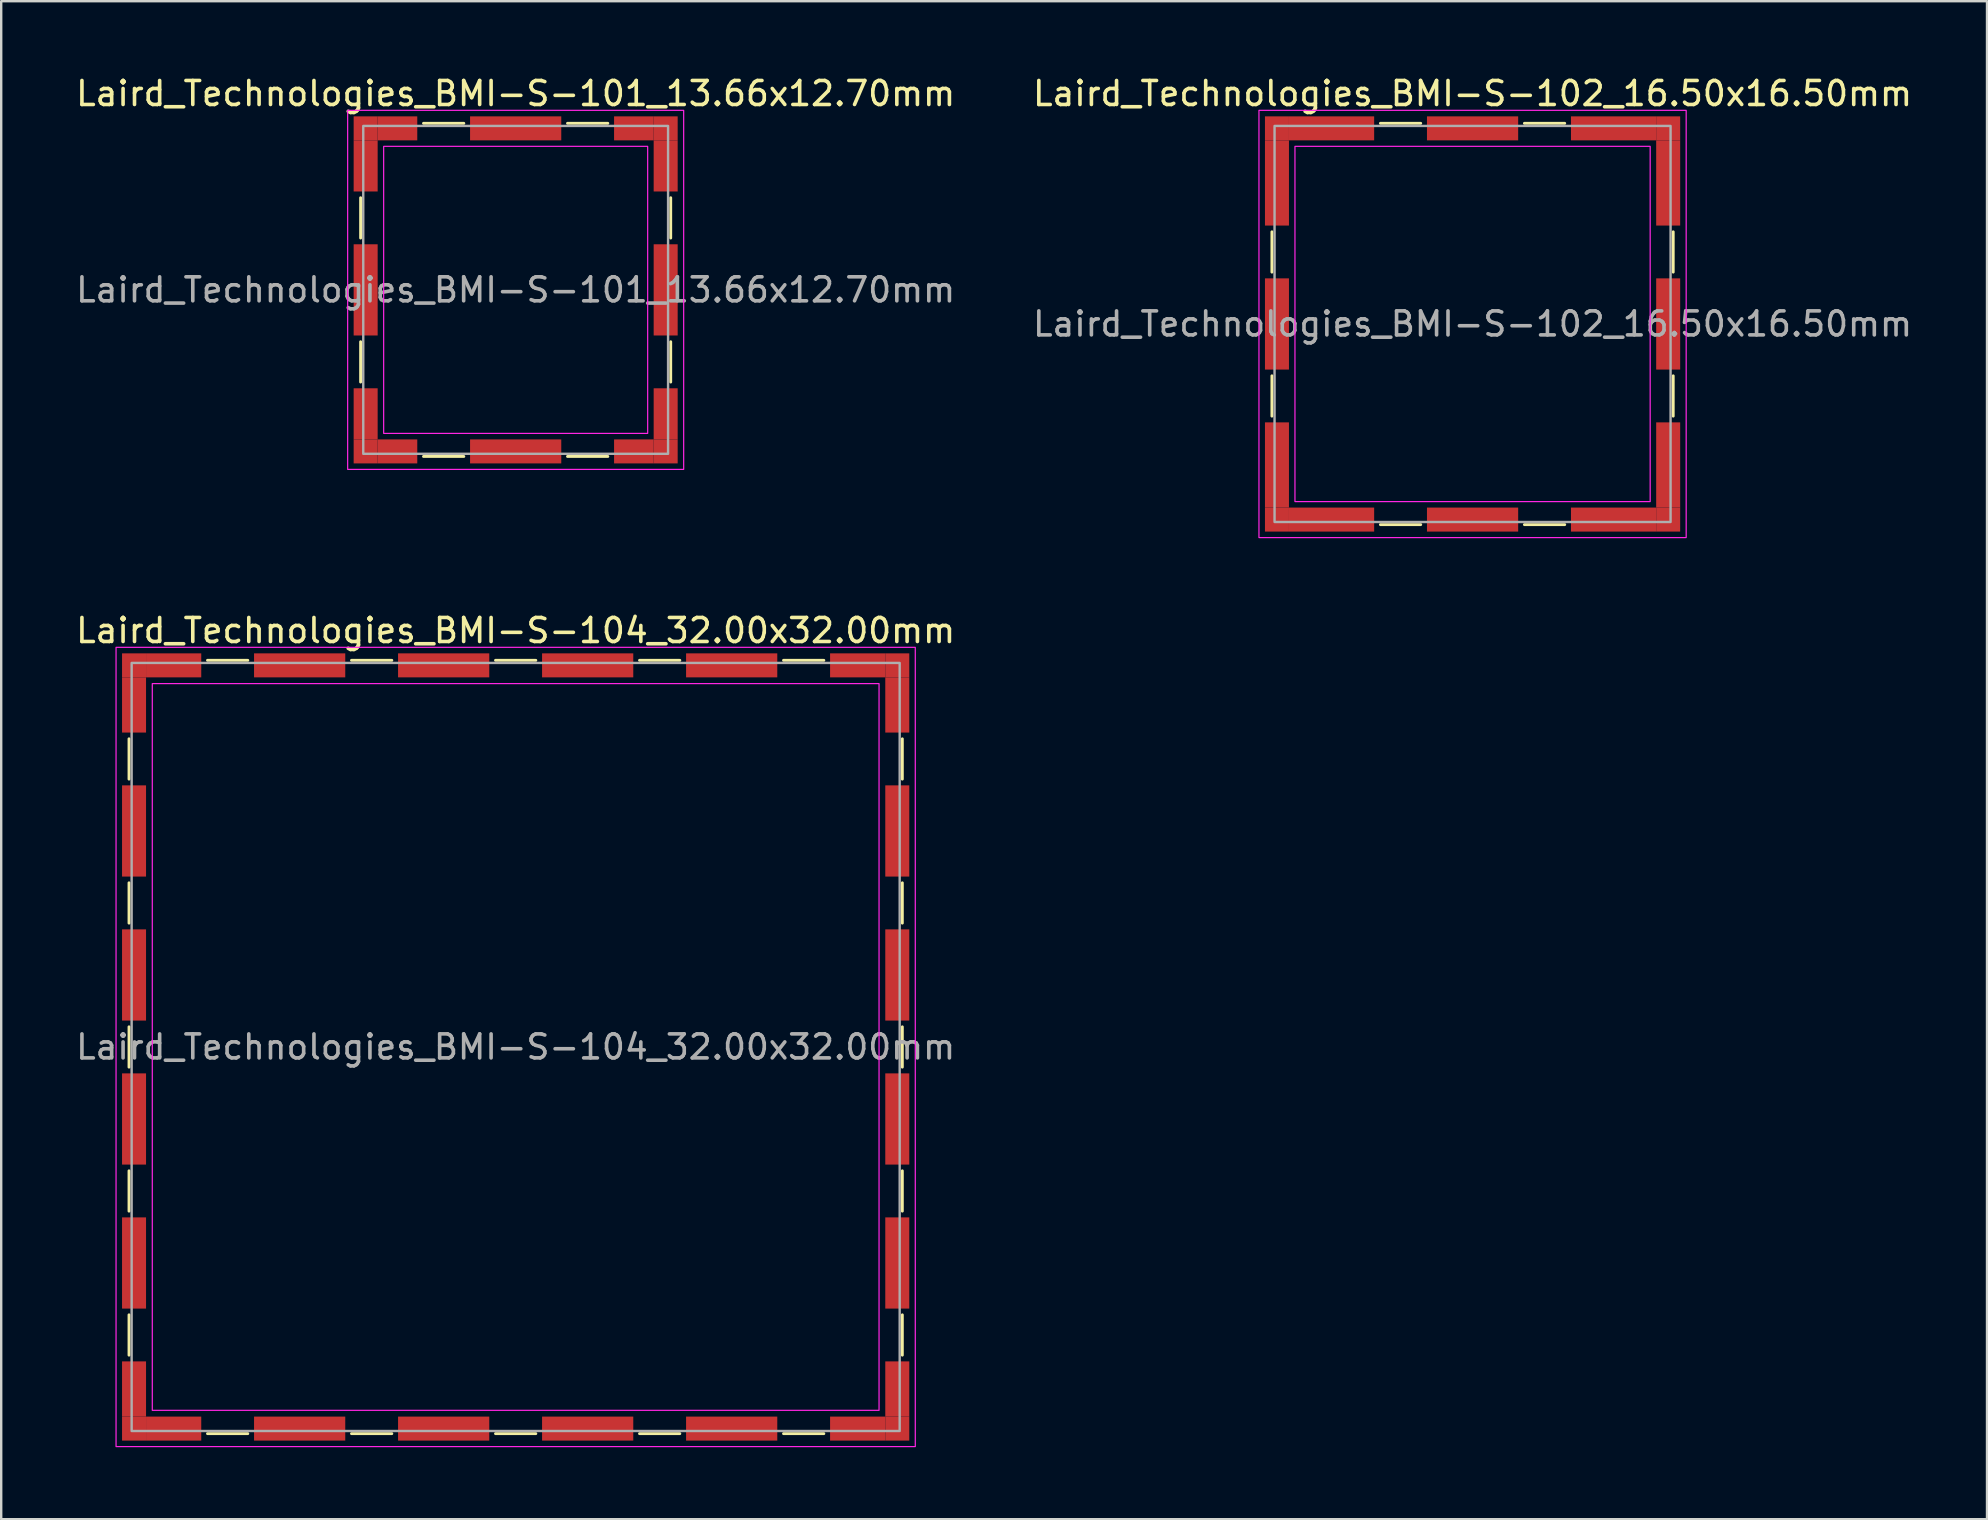
<source format=kicad_pcb>
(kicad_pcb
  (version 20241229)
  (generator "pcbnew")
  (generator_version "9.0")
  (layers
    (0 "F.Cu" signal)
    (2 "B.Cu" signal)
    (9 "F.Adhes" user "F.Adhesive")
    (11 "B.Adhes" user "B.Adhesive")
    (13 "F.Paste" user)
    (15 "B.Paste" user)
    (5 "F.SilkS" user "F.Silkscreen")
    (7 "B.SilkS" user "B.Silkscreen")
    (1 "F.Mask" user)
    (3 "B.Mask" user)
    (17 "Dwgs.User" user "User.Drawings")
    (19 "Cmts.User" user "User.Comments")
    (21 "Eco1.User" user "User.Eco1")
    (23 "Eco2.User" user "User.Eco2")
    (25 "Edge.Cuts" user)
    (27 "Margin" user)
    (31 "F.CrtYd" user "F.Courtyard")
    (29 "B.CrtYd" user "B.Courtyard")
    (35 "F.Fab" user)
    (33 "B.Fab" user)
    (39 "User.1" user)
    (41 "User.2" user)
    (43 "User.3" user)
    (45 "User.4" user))
  (footprint "Laird_Technologies_BMI-S-102_16.50x16.50mm"
    (layer "F.Cu")
    (at 58.304 10.448)
    (property "Reference" "Laird_Technologies_BMI-S-102_16.50x16.50mm" (at 0 -9.6 0) (layer "F.SilkS") (effects (font (size 1 1) (thickness 0.15))))
    (attr smd)
    (fp_line (start -8.36 -3.84) (end -8.36 -2.16) (stroke (width 0.12) (type solid)) (layer "F.SilkS"))
    (fp_line (start -8.36 2.16) (end -8.36 3.84) (stroke (width 0.12) (type solid)) (layer "F.SilkS"))
    (fp_line (start -3.84 -8.36) (end -2.16 -8.36) (stroke (width 0.12) (type solid)) (layer "F.SilkS"))
    (fp_line (start -3.84 8.36) (end -2.16 8.36) (stroke (width 0.12) (type solid)) (layer "F.SilkS"))
    (fp_line (start 2.16 -8.36) (end 3.84 -8.36) (stroke (width 0.12) (type solid)) (layer "F.SilkS"))
    (fp_line (start 2.16 8.36) (end 3.84 8.36) (stroke (width 0.12) (type solid)) (layer "F.SilkS"))
    (fp_line (start 8.36 -3.84) (end 8.36 -2.16) (stroke (width 0.12) (type solid)) (layer "F.SilkS"))
    (fp_line (start 8.36 2.16) (end 8.36 3.84) (stroke (width 0.12) (type solid)) (layer "F.SilkS"))
    (fp_rect (start -8.9 -8.9) (end 8.9 8.9) (stroke (width 0.05) (type solid)) (fill no) (layer "F.CrtYd"))
    (fp_rect (start -7.4 -7.4) (end 7.4 7.4) (stroke (width 0.05) (type solid)) (fill no) (layer "F.CrtYd"))
    (fp_rect (start -8.25 -8.25) (end 8.25 8.25) (stroke (width 0.1) (type solid)) (fill no) (layer "F.Fab"))
    (fp_text user "${REFERENCE}" (at 0 0 0) (layer "F.Fab") (effects (font (size 1 1) (thickness 0.15))))
    (pad "1" smd rect (at -8.15 -8.15) (size 1 1) (layers "F.Cu" "F.Mask" "F.Paste"))
    (pad "1" smd rect (at -8.15 -5.875) (size 1 3.55) (layers "F.Cu" "F.Mask" "F.Paste"))
    (pad "1" smd rect (at -8.15 0) (size 1 3.8) (layers "F.Cu" "F.Mask" "F.Paste"))
    (pad "1" smd rect (at -8.15 5.875) (size 1 3.55) (layers "F.Cu" "F.Mask" "F.Paste"))
    (pad "1" smd rect (at -8.15 8.15) (size 1 1) (layers "F.Cu" "F.Mask" "F.Paste"))
    (pad "1" smd rect (at -5.875 -8.15) (size 3.55 1) (layers "F.Cu" "F.Mask" "F.Paste"))
    (pad "1" smd rect (at -5.875 8.15) (size 3.55 1) (layers "F.Cu" "F.Mask" "F.Paste"))
    (pad "1" smd rect (at 0 -8.15) (size 3.8 1) (layers "F.Cu" "F.Mask" "F.Paste"))
    (pad "1" smd rect (at 0 8.15) (size 3.8 1) (layers "F.Cu" "F.Mask" "F.Paste"))
    (pad "1" smd rect (at 5.875 -8.15) (size 3.55 1) (layers "F.Cu" "F.Mask" "F.Paste"))
    (pad "1" smd rect (at 5.875 8.15) (size 3.55 1) (layers "F.Cu" "F.Mask" "F.Paste"))
    (pad "1" smd rect (at 8.15 -8.15) (size 1 1) (layers "F.Cu" "F.Mask" "F.Paste"))
    (pad "1" smd rect (at 8.15 -5.875) (size 1 3.55) (layers "F.Cu" "F.Mask" "F.Paste"))
    (pad "1" smd rect (at 8.15 0) (size 1 3.8) (layers "F.Cu" "F.Mask" "F.Paste"))
    (pad "1" smd rect (at 8.15 5.875) (size 1 3.55) (layers "F.Cu" "F.Mask" "F.Paste"))
    (pad "1" smd rect (at 8.15 8.15) (size 1 1) (layers "F.Cu" "F.Mask" "F.Paste")))
  (footprint "Laird_Technologies_BMI-S-101_13.66x12.70mm"
    (layer "F.Cu")
    (at 18.435 9.028)
    (property "Reference" "Laird_Technologies_BMI-S-101_13.66x12.70mm" (at 0 -8.18 0) (layer "F.SilkS") (effects (font (size 1 1) (thickness 0.15))))
    (attr smd)
    (fp_line (start -6.46 -3.84) (end -6.46 -2.16) (stroke (width 0.12) (type solid)) (layer "F.SilkS"))
    (fp_line (start -6.46 2.16) (end -6.46 3.84) (stroke (width 0.12) (type solid)) (layer "F.SilkS"))
    (fp_line (start -3.84 -6.94) (end -2.16 -6.94) (stroke (width 0.12) (type solid)) (layer "F.SilkS"))
    (fp_line (start -3.84 6.94) (end -2.16 6.94) (stroke (width 0.12) (type solid)) (layer "F.SilkS"))
    (fp_line (start 2.16 -6.94) (end 3.84 -6.94) (stroke (width 0.12) (type solid)) (layer "F.SilkS"))
    (fp_line (start 2.16 6.94) (end 3.84 6.94) (stroke (width 0.12) (type solid)) (layer "F.SilkS"))
    (fp_line (start 6.46 -3.84) (end 6.46 -2.16) (stroke (width 0.12) (type solid)) (layer "F.SilkS"))
    (fp_line (start 6.46 2.16) (end 6.46 3.84) (stroke (width 0.12) (type solid)) (layer "F.SilkS"))
    (fp_rect (start -7 -7.48) (end 7 7.48) (stroke (width 0.05) (type solid)) (fill no) (layer "F.CrtYd"))
    (fp_rect (start -5.5 -5.98) (end 5.5 5.98) (stroke (width 0.05) (type solid)) (fill no) (layer "F.CrtYd"))
    (fp_rect (start -6.35 -6.83) (end 6.35 6.83) (stroke (width 0.1) (type solid)) (fill no) (layer "F.Fab"))
    (fp_text user "${REFERENCE}" (at 0 0 0) (layer "F.Fab") (effects (font (size 1 1) (thickness 0.15))))
    (pad "1" smd rect (at -6.25 -6.73) (size 1 1) (layers "F.Cu" "F.Mask" "F.Paste"))
    (pad "1" smd rect (at -6.25 -5.165) (size 1 2.13) (layers "F.Cu" "F.Mask" "F.Paste"))
    (pad "1" smd rect (at -6.25 0) (size 1 3.8) (layers "F.Cu" "F.Mask" "F.Paste"))
    (pad "1" smd rect (at -6.25 5.165) (size 1 2.13) (layers "F.Cu" "F.Mask" "F.Paste"))
    (pad "1" smd rect (at -6.25 6.73) (size 1 1) (layers "F.Cu" "F.Mask" "F.Paste"))
    (pad "1" smd rect (at -4.925 -6.73) (size 1.65 1) (layers "F.Cu" "F.Mask" "F.Paste"))
    (pad "1" smd rect (at -4.925 6.73) (size 1.65 1) (layers "F.Cu" "F.Mask" "F.Paste"))
    (pad "1" smd rect (at 0 -6.73) (size 3.8 1) (layers "F.Cu" "F.Mask" "F.Paste"))
    (pad "1" smd rect (at 0 6.73) (size 3.8 1) (layers "F.Cu" "F.Mask" "F.Paste"))
    (pad "1" smd rect (at 4.925 -6.73) (size 1.65 1) (layers "F.Cu" "F.Mask" "F.Paste"))
    (pad "1" smd rect (at 4.925 6.73) (size 1.65 1) (layers "F.Cu" "F.Mask" "F.Paste"))
    (pad "1" smd rect (at 6.25 -6.73) (size 1 1) (layers "F.Cu" "F.Mask" "F.Paste"))
    (pad "1" smd rect (at 6.25 -5.165) (size 1 2.13) (layers "F.Cu" "F.Mask" "F.Paste"))
    (pad "1" smd rect (at 6.25 0) (size 1 3.8) (layers "F.Cu" "F.Mask" "F.Paste"))
    (pad "1" smd rect (at 6.25 5.165) (size 1 2.13) (layers "F.Cu" "F.Mask" "F.Paste"))
    (pad "1" smd rect (at 6.25 6.73) (size 1 1) (layers "F.Cu" "F.Mask" "F.Paste")))
  (footprint "Laird_Technologies_BMI-S-104_32.00x32.00mm"
    (layer "F.Cu")
    (at 18.435 40.572)
    (property "Reference" "Laird_Technologies_BMI-S-104_32.00x32.00mm" (at 0 -17.35 0) (layer "F.SilkS") (effects (font (size 1 1) (thickness 0.15))))
    (attr smd)
    (fp_line (start -16.11 -12.84) (end -16.11 -11.16) (stroke (width 0.12) (type solid)) (layer "F.SilkS"))
    (fp_line (start -16.11 -6.84) (end -16.11 -5.16) (stroke (width 0.12) (type solid)) (layer "F.SilkS"))
    (fp_line (start -16.11 -0.84) (end -16.11 0.84) (stroke (width 0.12) (type solid)) (layer "F.SilkS"))
    (fp_line (start -16.11 5.16) (end -16.11 6.84) (stroke (width 0.12) (type solid)) (layer "F.SilkS"))
    (fp_line (start -16.11 11.16) (end -16.11 12.84) (stroke (width 0.12) (type solid)) (layer "F.SilkS"))
    (fp_line (start -12.84 -16.11) (end -11.16 -16.11) (stroke (width 0.12) (type solid)) (layer "F.SilkS"))
    (fp_line (start -12.84 16.11) (end -11.16 16.11) (stroke (width 0.12) (type solid)) (layer "F.SilkS"))
    (fp_line (start -6.84 -16.11) (end -5.16 -16.11) (stroke (width 0.12) (type solid)) (layer "F.SilkS"))
    (fp_line (start -6.84 16.11) (end -5.16 16.11) (stroke (width 0.12) (type solid)) (layer "F.SilkS"))
    (fp_line (start -0.84 -16.11) (end 0.84 -16.11) (stroke (width 0.12) (type solid)) (layer "F.SilkS"))
    (fp_line (start -0.84 16.11) (end 0.84 16.11) (stroke (width 0.12) (type solid)) (layer "F.SilkS"))
    (fp_line (start 5.16 -16.11) (end 6.84 -16.11) (stroke (width 0.12) (type solid)) (layer "F.SilkS"))
    (fp_line (start 5.16 16.11) (end 6.84 16.11) (stroke (width 0.12) (type solid)) (layer "F.SilkS"))
    (fp_line (start 11.16 -16.11) (end 12.84 -16.11) (stroke (width 0.12) (type solid)) (layer "F.SilkS"))
    (fp_line (start 11.16 16.11) (end 12.84 16.11) (stroke (width 0.12) (type solid)) (layer "F.SilkS"))
    (fp_line (start 16.11 -12.84) (end 16.11 -11.16) (stroke (width 0.12) (type solid)) (layer "F.SilkS"))
    (fp_line (start 16.11 -6.84) (end 16.11 -5.16) (stroke (width 0.12) (type solid)) (layer "F.SilkS"))
    (fp_line (start 16.11 -0.84) (end 16.11 0.84) (stroke (width 0.12) (type solid)) (layer "F.SilkS"))
    (fp_line (start 16.11 5.16) (end 16.11 6.84) (stroke (width 0.12) (type solid)) (layer "F.SilkS"))
    (fp_line (start 16.11 11.16) (end 16.11 12.84) (stroke (width 0.12) (type solid)) (layer "F.SilkS"))
    (fp_rect (start -16.65 -16.65) (end 16.65 16.65) (stroke (width 0.05) (type solid)) (fill no) (layer "F.CrtYd"))
    (fp_rect (start -15.14 -15.14) (end 15.14 15.14) (stroke (width 0.05) (type solid)) (fill no) (layer "F.CrtYd"))
    (fp_rect (start -16 -16) (end 16 16) (stroke (width 0.1) (type solid)) (fill no) (layer "F.Fab"))
    (fp_text user "${REFERENCE}" (at 0 0 0) (layer "F.Fab") (effects (font (size 1 1) (thickness 0.15))))
    (pad "1" smd rect (at -15.9 -15.9) (size 1 1) (layers "F.Cu" "F.Mask" "F.Paste"))
    (pad "1" smd rect (at -15.9 -14.25) (size 1 2.3) (layers "F.Cu" "F.Mask" "F.Paste"))
    (pad "1" smd rect (at -15.9 -9) (size 1 3.8) (layers "F.Cu" "F.Mask" "F.Paste"))
    (pad "1" smd rect (at -15.9 -3) (size 1 3.8) (layers "F.Cu" "F.Mask" "F.Paste"))
    (pad "1" smd rect (at -15.9 3) (size 1 3.8) (layers "F.Cu" "F.Mask" "F.Paste"))
    (pad "1" smd rect (at -15.9 9) (size 1 3.8) (layers "F.Cu" "F.Mask" "F.Paste"))
    (pad "1" smd rect (at -15.9 14.25) (size 1 2.3) (layers "F.Cu" "F.Mask" "F.Paste"))
    (pad "1" smd rect (at -15.9 15.9) (size 1 1) (layers "F.Cu" "F.Mask" "F.Paste"))
    (pad "1" smd rect (at -14.25 -15.9) (size 2.3 1) (layers "F.Cu" "F.Mask" "F.Paste"))
    (pad "1" smd rect (at -14.25 15.9) (size 2.3 1) (layers "F.Cu" "F.Mask" "F.Paste"))
    (pad "1" smd rect (at -9 -15.9) (size 3.8 1) (layers "F.Cu" "F.Mask" "F.Paste"))
    (pad "1" smd rect (at -9 15.9) (size 3.8 1) (layers "F.Cu" "F.Mask" "F.Paste"))
    (pad "1" smd rect (at -3 -15.9) (size 3.8 1) (layers "F.Cu" "F.Mask" "F.Paste"))
    (pad "1" smd rect (at -3 15.9) (size 3.8 1) (layers "F.Cu" "F.Mask" "F.Paste"))
    (pad "1" smd rect (at 3 -15.9) (size 3.8 1) (layers "F.Cu" "F.Mask" "F.Paste"))
    (pad "1" smd rect (at 3 15.9) (size 3.8 1) (layers "F.Cu" "F.Mask" "F.Paste"))
    (pad "1" smd rect (at 9 -15.9) (size 3.8 1) (layers "F.Cu" "F.Mask" "F.Paste"))
    (pad "1" smd rect (at 9 15.9) (size 3.8 1) (layers "F.Cu" "F.Mask" "F.Paste"))
    (pad "1" smd rect (at 14.25 -15.9) (size 2.3 1) (layers "F.Cu" "F.Mask" "F.Paste"))
    (pad "1" smd rect (at 14.25 15.9) (size 2.3 1) (layers "F.Cu" "F.Mask" "F.Paste"))
    (pad "1" smd rect (at 15.9 -15.9) (size 1 1) (layers "F.Cu" "F.Mask" "F.Paste"))
    (pad "1" smd rect (at 15.9 -14.25) (size 1 2.3) (layers "F.Cu" "F.Mask" "F.Paste"))
    (pad "1" smd rect (at 15.9 -9) (size 1 3.8) (layers "F.Cu" "F.Mask" "F.Paste"))
    (pad "1" smd rect (at 15.9 -3) (size 1 3.8) (layers "F.Cu" "F.Mask" "F.Paste"))
    (pad "1" smd rect (at 15.9 3) (size 1 3.8) (layers "F.Cu" "F.Mask" "F.Paste"))
    (pad "1" smd rect (at 15.9 9) (size 1 3.8) (layers "F.Cu" "F.Mask" "F.Paste"))
    (pad "1" smd rect (at 15.9 14.25) (size 1 2.3) (layers "F.Cu" "F.Mask" "F.Paste"))
    (pad "1" smd rect (at 15.9 15.9) (size 1 1) (layers "F.Cu" "F.Mask" "F.Paste")))
  (gr_rect
    (start -3 -3)
    (end 79.738 60.246)
    (stroke (width 0.1) (type default))
    (fill no)
    (layer "Edge.Cuts")))
</source>
